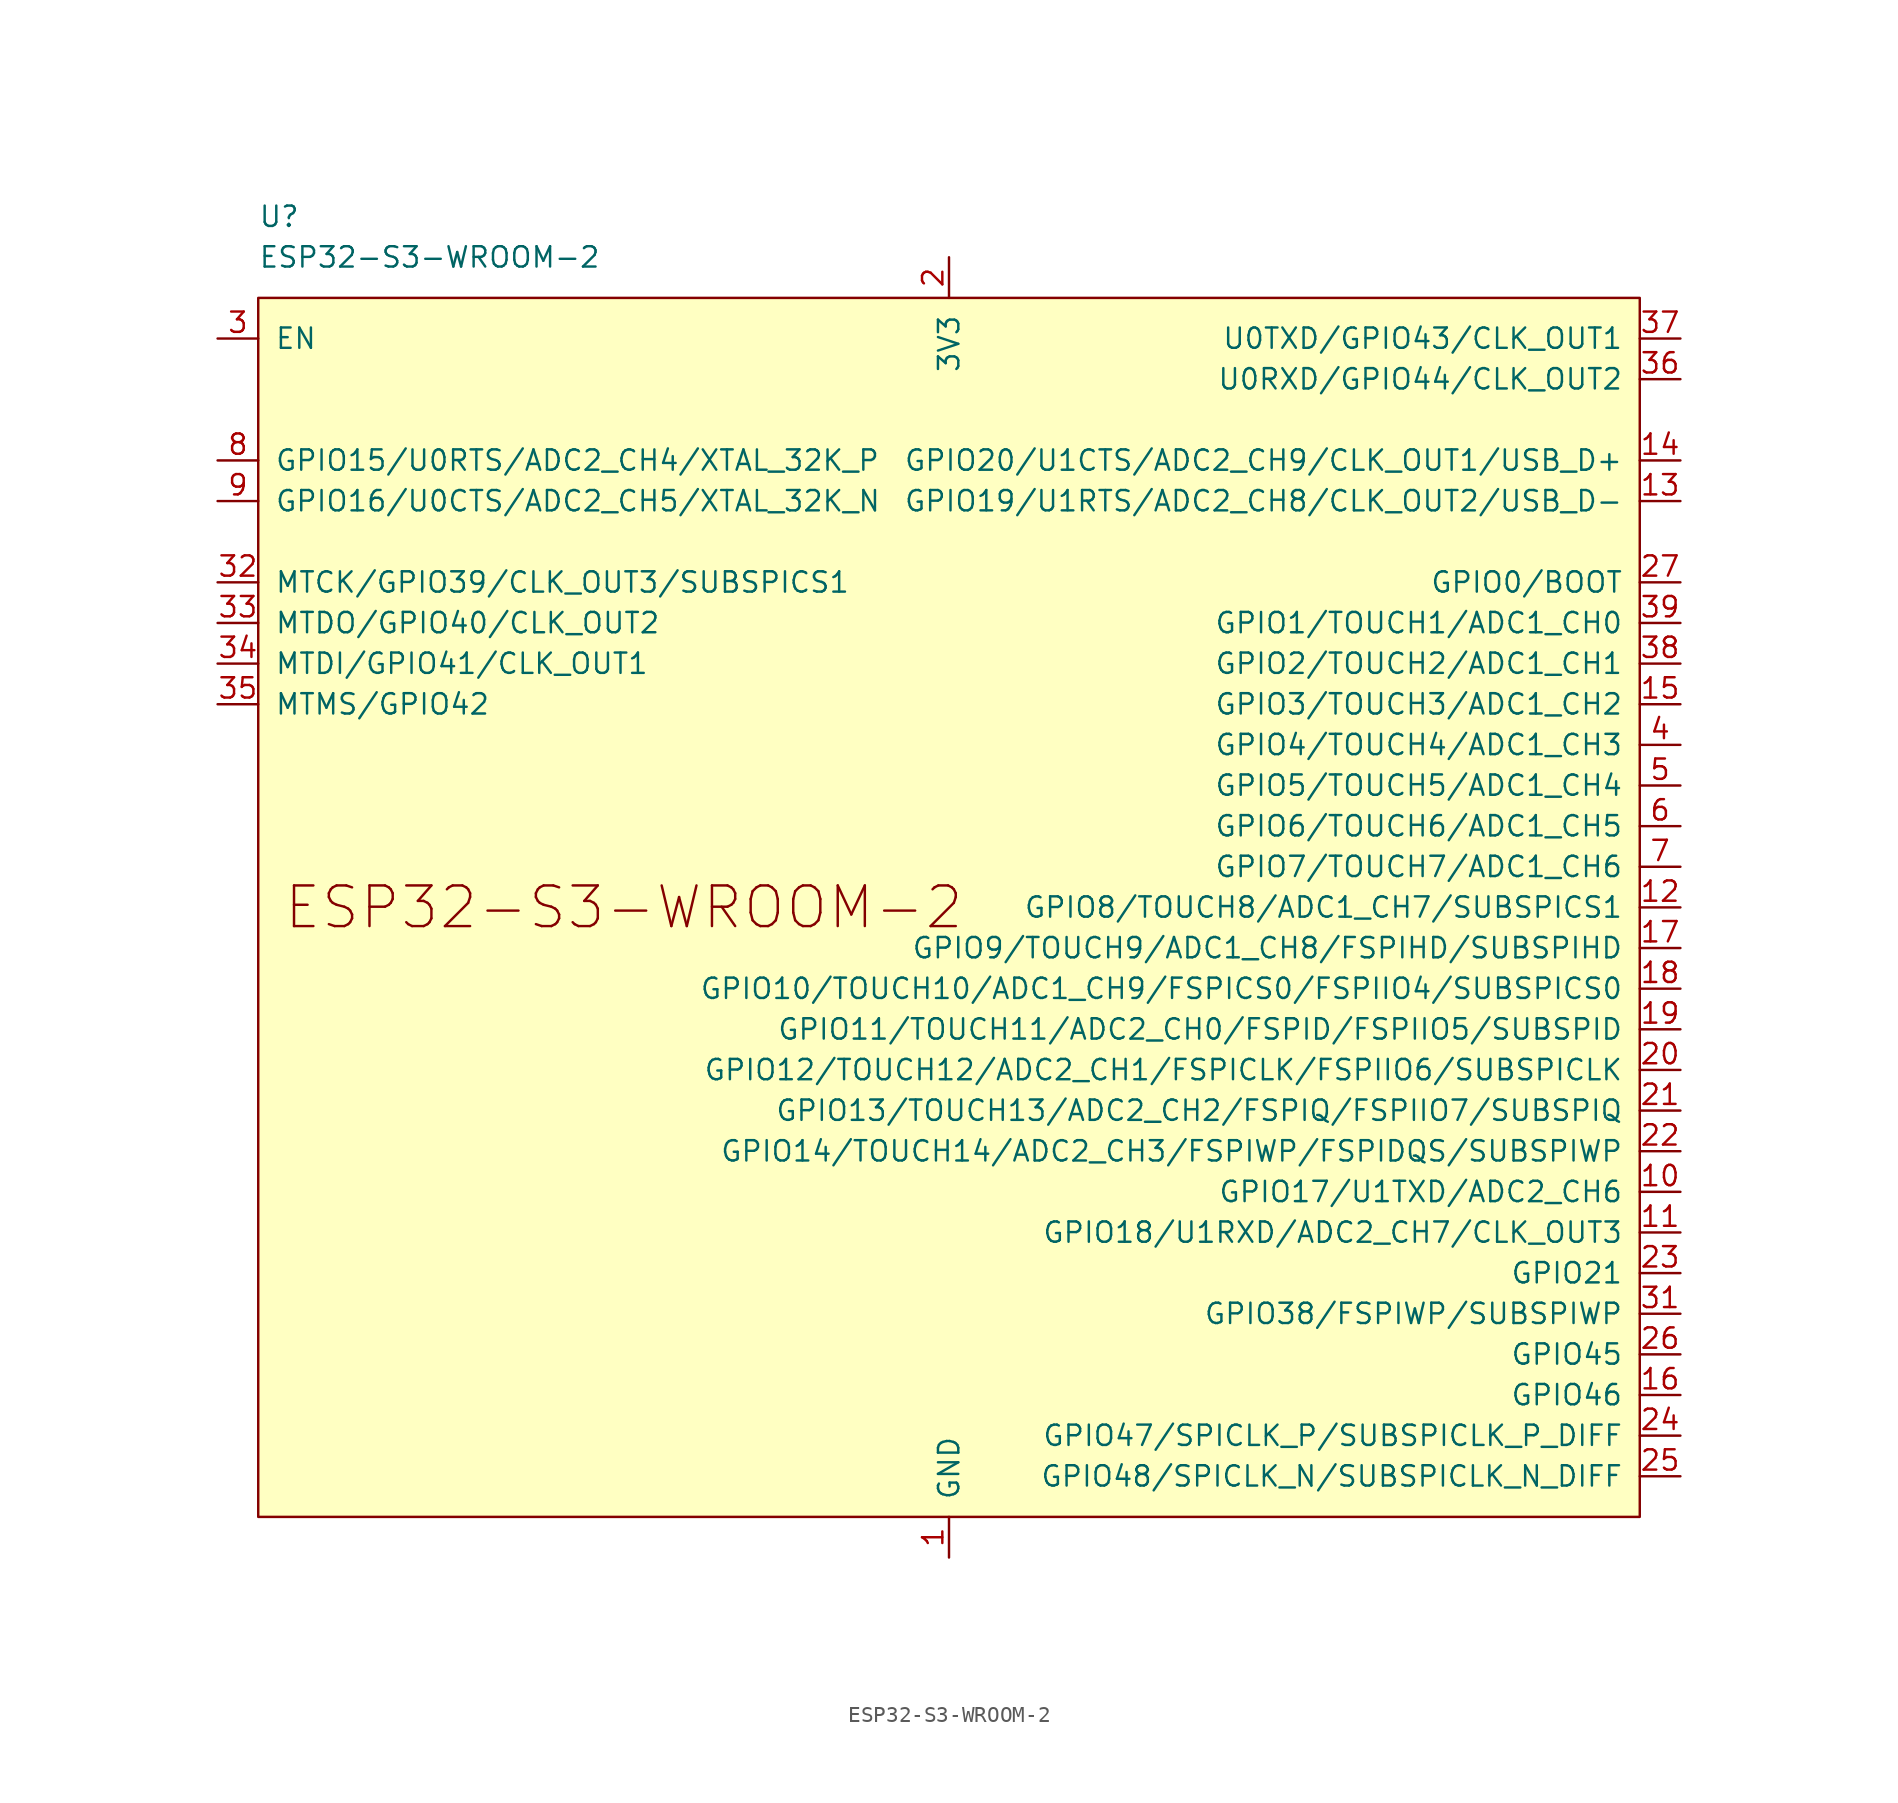
<source format=kicad_sym>
(kicad_symbol_lib
  (version 20241209)
  (generator "kicad_symbol_editor")
  (generator_version "9.0")
  (symbol "ESP32-S3-WROOM-2"
    (pin_names
      (offset 1.016))
    (property "Reference" "U"
      (at -43.18 43.18 0)
      (effects (font (size 1.27 1.27)) (justify left)))
    (property "Value" "ESP32-S3-WROOM-2"
      (at -43.18 40.64 0)
      (effects (font (size 1.27 1.27)) (justify left)))
    (symbol "ESP32-S3-WROOM-2_0_0"
      (text "ESP32-S3-WROOM-2" (at -20.32 0 0) (effects (font (size 2.54 2.54))))
      (pin input line (at -45.72 35.56 0) (length 2.54) (name "EN" (effects (font (size 1.27 1.27)))) (number "3" (effects (font (size 1.27 1.27)))))
      (pin bidirectional line (at -45.72 27.94 0) (length 2.54) (name "GPIO15/U0RTS/ADC2_CH4/XTAL_32K_P" (effects (font (size 1.27 1.27)))) (number "8" (effects (font (size 1.27 1.27)))))
      (pin bidirectional line (at -45.72 25.4 0) (length 2.54) (name "GPIO16/U0CTS/ADC2_CH5/XTAL_32K_N" (effects (font (size 1.27 1.27)))) (number "9" (effects (font (size 1.27 1.27)))))
      (pin bidirectional line (at -45.72 20.32 0) (length 2.54) (name "MTCK/GPIO39/CLK_OUT3/SUBSPICS1" (effects (font (size 1.27 1.27)))) (number "32" (effects (font (size 1.27 1.27)))))
      (pin bidirectional line (at -45.72 17.78 0) (length 2.54) (name "MTDO/GPIO40/CLK_OUT2" (effects (font (size 1.27 1.27)))) (number "33" (effects (font (size 1.27 1.27)))))
      (pin bidirectional line (at -45.72 15.24 0) (length 2.54) (name "MTDI/GPIO41/CLK_OUT1" (effects (font (size 1.27 1.27)))) (number "34" (effects (font (size 1.27 1.27)))))
      (pin bidirectional line (at -45.72 12.7 0) (length 2.54) (name "MTMS/GPIO42" (effects (font (size 1.27 1.27)))) (number "35" (effects (font (size 1.27 1.27)))))
      (pin no_connect line (at -43.18 -30.48 0) (length 2.54) (hide yes) (name "NC" (effects (font (size 1.27 1.27)))) (number "30" (effects (font (size 1.27 1.27)))))
      (pin no_connect line (at -43.18 -33.02 0) (length 2.54) (hide yes) (name "NC" (effects (font (size 1.27 1.27)))) (number "29" (effects (font (size 1.27 1.27)))))
      (pin no_connect line (at -43.18 -35.56 0) (length 2.54) (hide yes) (name "NC" (effects (font (size 1.27 1.27)))) (number "28" (effects (font (size 1.27 1.27)))))
      (pin power_in line (at 0 40.64 270) (length 2.54) (name "3V3" (effects (font (size 1.27 1.27)))) (number "2" (effects (font (size 1.27 1.27)))))
      (pin power_in line (at 0 -40.64 90) (length 2.54) (name "GND" (effects (font (size 1.27 1.27)))) (number "1" (effects (font (size 1.27 1.27)))))
      (pin passive line (at 0 -40.64 90) (length 2.54) (hide yes) (name "GND" (effects (font (size 1.27 1.27)))) (number "40" (effects (font (size 1.27 1.27)))))
      (pin passive line (at 0 -40.64 90) (length 2.54) (hide yes) (name "GND" (effects (font (size 1.27 1.27)))) (number "41" (effects (font (size 1.27 1.27)))))
      (pin bidirectional line (at 45.72 35.56 180) (length 2.54) (name "U0TXD/GPIO43/CLK_OUT1" (effects (font (size 1.27 1.27)))) (number "37" (effects (font (size 1.27 1.27)))))
      (pin bidirectional line (at 45.72 33.02 180) (length 2.54) (name "U0RXD/GPIO44/CLK_OUT2" (effects (font (size 1.27 1.27)))) (number "36" (effects (font (size 1.27 1.27)))))
      (pin bidirectional line (at 45.72 27.94 180) (length 2.54) (name "GPIO20/U1CTS/ADC2_CH9/CLK_OUT1/USB_D+" (effects (font (size 1.27 1.27)))) (number "14" (effects (font (size 1.27 1.27)))))
      (pin bidirectional line (at 45.72 25.4 180) (length 2.54) (name "GPIO19/U1RTS/ADC2_CH8/CLK_OUT2/USB_D-" (effects (font (size 1.27 1.27)))) (number "13" (effects (font (size 1.27 1.27)))))
      (pin bidirectional line (at 45.72 20.32 180) (length 2.54) (name "GPIO0/BOOT" (effects (font (size 1.27 1.27)))) (number "27" (effects (font (size 1.27 1.27)))))
      (pin bidirectional line (at 45.72 17.78 180) (length 2.54) (name "GPIO1/TOUCH1/ADC1_CH0" (effects (font (size 1.27 1.27)))) (number "39" (effects (font (size 1.27 1.27)))))
      (pin bidirectional line (at 45.72 15.24 180) (length 2.54) (name "GPIO2/TOUCH2/ADC1_CH1" (effects (font (size 1.27 1.27)))) (number "38" (effects (font (size 1.27 1.27)))))
      (pin bidirectional line (at 45.72 12.7 180) (length 2.54) (name "GPIO3/TOUCH3/ADC1_CH2" (effects (font (size 1.27 1.27)))) (number "15" (effects (font (size 1.27 1.27)))))
      (pin bidirectional line (at 45.72 10.16 180) (length 2.54) (name "GPIO4/TOUCH4/ADC1_CH3" (effects (font (size 1.27 1.27)))) (number "4" (effects (font (size 1.27 1.27)))))
      (pin bidirectional line (at 45.72 7.62 180) (length 2.54) (name "GPIO5/TOUCH5/ADC1_CH4" (effects (font (size 1.27 1.27)))) (number "5" (effects (font (size 1.27 1.27)))))
      (pin bidirectional line (at 45.72 5.08 180) (length 2.54) (name "GPIO6/TOUCH6/ADC1_CH5" (effects (font (size 1.27 1.27)))) (number "6" (effects (font (size 1.27 1.27)))))
      (pin bidirectional line (at 45.72 2.54 180) (length 2.54) (name "GPIO7/TOUCH7/ADC1_CH6" (effects (font (size 1.27 1.27)))) (number "7" (effects (font (size 1.27 1.27)))))
      (pin bidirectional line (at 45.72 0 180) (length 2.54) (name "GPIO8/TOUCH8/ADC1_CH7/SUBSPICS1" (effects (font (size 1.27 1.27)))) (number "12" (effects (font (size 1.27 1.27)))))
      (pin bidirectional line (at 45.72 -2.54 180) (length 2.54) (name "GPIO9/TOUCH9/ADC1_CH8/FSPIHD/SUBSPIHD" (effects (font (size 1.27 1.27)))) (number "17" (effects (font (size 1.27 1.27)))))
      (pin bidirectional line (at 45.72 -5.08 180) (length 2.54) (name "GPIO10/TOUCH10/ADC1_CH9/FSPICS0/FSPIIO4/SUBSPICS0" (effects (font (size 1.27 1.27)))) (number "18" (effects (font (size 1.27 1.27)))))
      (pin bidirectional line (at 45.72 -7.62 180) (length 2.54) (name "GPIO11/TOUCH11/ADC2_CH0/FSPID/FSPIIO5/SUBSPID" (effects (font (size 1.27 1.27)))) (number "19" (effects (font (size 1.27 1.27)))))
      (pin bidirectional line (at 45.72 -10.16 180) (length 2.54) (name "GPIO12/TOUCH12/ADC2_CH1/FSPICLK/FSPIIO6/SUBSPICLK" (effects (font (size 1.27 1.27)))) (number "20" (effects (font (size 1.27 1.27)))))
      (pin bidirectional line (at 45.72 -12.7 180) (length 2.54) (name "GPIO13/TOUCH13/ADC2_CH2/FSPIQ/FSPIIO7/SUBSPIQ" (effects (font (size 1.27 1.27)))) (number "21" (effects (font (size 1.27 1.27)))))
      (pin bidirectional line (at 45.72 -15.24 180) (length 2.54) (name "GPIO14/TOUCH14/ADC2_CH3/FSPIWP/FSPIDQS/SUBSPIWP" (effects (font (size 1.27 1.27)))) (number "22" (effects (font (size 1.27 1.27)))))
      (pin bidirectional line (at 45.72 -17.78 180) (length 2.54) (name "GPIO17/U1TXD/ADC2_CH6" (effects (font (size 1.27 1.27)))) (number "10" (effects (font (size 1.27 1.27)))))
      (pin bidirectional line (at 45.72 -20.32 180) (length 2.54) (name "GPIO18/U1RXD/ADC2_CH7/CLK_OUT3" (effects (font (size 1.27 1.27)))) (number "11" (effects (font (size 1.27 1.27)))))
      (pin bidirectional line (at 45.72 -22.86 180) (length 2.54) (name "GPIO21" (effects (font (size 1.27 1.27)))) (number "23" (effects (font (size 1.27 1.27)))))
      (pin bidirectional line (at 45.72 -25.4 180) (length 2.54) (name "GPIO38/FSPIWP/SUBSPIWP" (effects (font (size 1.27 1.27)))) (number "31" (effects (font (size 1.27 1.27)))))
      (pin bidirectional line (at 45.72 -27.94 180) (length 2.54) (name "GPIO45" (effects (font (size 1.27 1.27)))) (number "26" (effects (font (size 1.27 1.27)))))
      (pin bidirectional line (at 45.72 -30.48 180) (length 2.54) (name "GPIO46" (effects (font (size 1.27 1.27)))) (number "16" (effects (font (size 1.27 1.27)))))
      (pin bidirectional line (at 45.72 -33.02 180) (length 2.54) (name "GPIO47/SPICLK_P/SUBSPICLK_P_DIFF" (effects (font (size 1.27 1.27)))) (number "24" (effects (font (size 1.27 1.27)))))
      (pin bidirectional line (at 45.72 -35.56 180) (length 2.54) (name "GPIO48/SPICLK_N/SUBSPICLK_N_DIFF" (effects (font (size 1.27 1.27)))) (number "25" (effects (font (size 1.27 1.27))))))
    (symbol "ESP32-S3-WROOM-2_0_1"
      (rectangle (start -43.18 38.1) (end 43.18 -38.1) (stroke (width 0) (type default)) (fill (type background))))))
</source>
